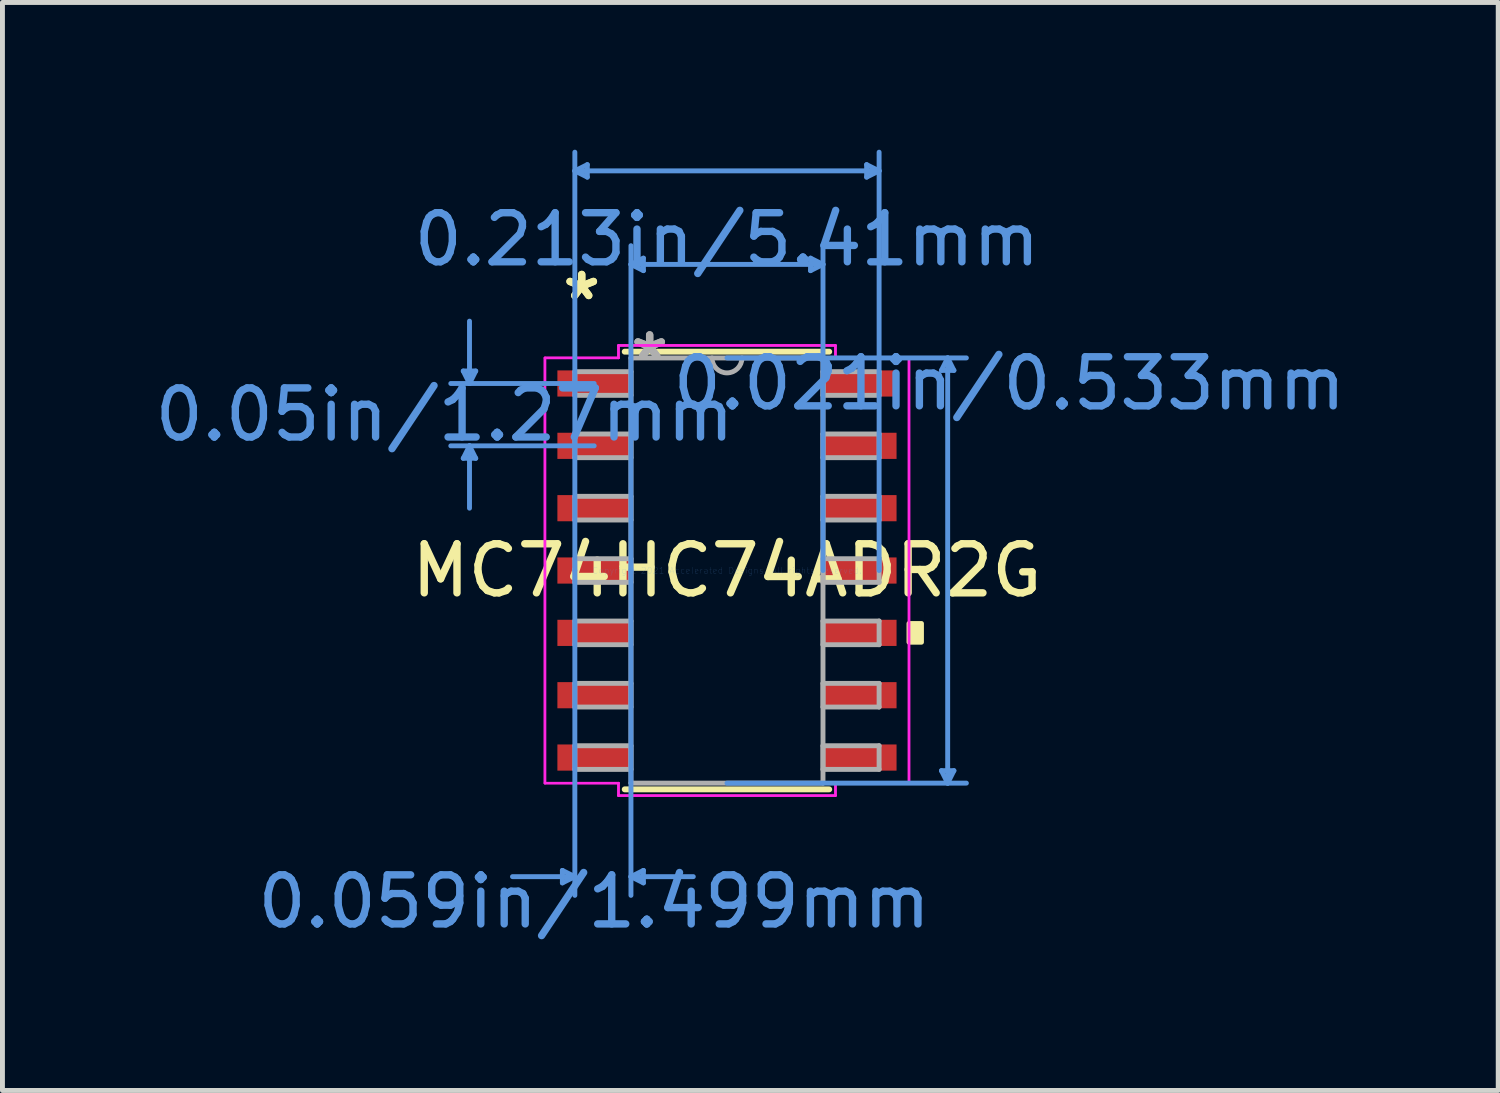
<source format=kicad_pcb>
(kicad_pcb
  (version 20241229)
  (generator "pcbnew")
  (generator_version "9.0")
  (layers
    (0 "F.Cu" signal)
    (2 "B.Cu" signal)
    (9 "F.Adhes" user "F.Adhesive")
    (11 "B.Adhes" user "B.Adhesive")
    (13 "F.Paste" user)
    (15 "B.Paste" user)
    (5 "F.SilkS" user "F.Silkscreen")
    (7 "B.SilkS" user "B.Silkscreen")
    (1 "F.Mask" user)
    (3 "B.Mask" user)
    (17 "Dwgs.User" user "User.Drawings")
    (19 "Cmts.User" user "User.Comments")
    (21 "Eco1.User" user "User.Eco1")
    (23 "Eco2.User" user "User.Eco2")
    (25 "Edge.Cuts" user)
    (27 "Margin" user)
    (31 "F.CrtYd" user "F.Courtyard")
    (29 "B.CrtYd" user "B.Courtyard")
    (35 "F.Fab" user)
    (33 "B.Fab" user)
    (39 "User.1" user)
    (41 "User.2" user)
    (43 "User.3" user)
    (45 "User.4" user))
  (footprint "MC74HC74ADR2G"
    (layer "F.Cu")
    (at 11.759 8.572)
    (property "Reference" "MC74HC74ADR2G" (at 0 0 0) (layer "F.SilkS") (effects (font (size 1 1) (thickness 0.15))))
    (attr through_hole)
    (fp_line (start -2.083 4.458) (end 2.083 4.458) (stroke (width 0.12) (type solid)) (layer "F.SilkS"))
    (fp_line (start 2.083 -4.458) (end -2.083 -4.458) (stroke (width 0.12) (type solid)) (layer "F.SilkS"))
    (fp_poly (pts (xy 3.962 1.079) (xy 3.962 1.46) (xy 3.708 1.46) (xy 3.708 1.079)) (stroke (width 0.1) (type solid)) (fill yes) (layer "F.SilkS"))
    (fp_line (start -5.372 -4.064) (end -5.118 -4.064) (stroke (width 0.1) (type solid)) (layer "Cmts.User"))
    (fp_line (start -5.372 -2.286) (end -5.118 -2.286) (stroke (width 0.1) (type solid)) (layer "Cmts.User"))
    (fp_line (start -5.245 -3.81) (end -5.372 -4.064) (stroke (width 0.1) (type solid)) (layer "Cmts.User"))
    (fp_line (start -5.245 -3.81) (end -5.245 -5.08) (stroke (width 0.1) (type solid)) (layer "Cmts.User"))
    (fp_line (start -5.245 -3.81) (end -5.118 -4.064) (stroke (width 0.1) (type solid)) (layer "Cmts.User"))
    (fp_line (start -5.245 -2.54) (end -5.372 -2.286) (stroke (width 0.1) (type solid)) (layer "Cmts.User"))
    (fp_line (start -5.245 -2.54) (end -5.245 -1.27) (stroke (width 0.1) (type solid)) (layer "Cmts.User"))
    (fp_line (start -5.245 -2.54) (end -5.118 -2.286) (stroke (width 0.1) (type solid)) (layer "Cmts.User"))
    (fp_line (start -3.353 6.109) (end -3.353 6.363) (stroke (width 0.1) (type solid)) (layer "Cmts.User"))
    (fp_line (start -3.099 -8.141) (end -2.845 -8.268) (stroke (width 0.1) (type solid)) (layer "Cmts.User"))
    (fp_line (start -3.099 -8.141) (end -2.845 -8.014) (stroke (width 0.1) (type solid)) (layer "Cmts.User"))
    (fp_line (start -3.099 -8.141) (end 3.099 -8.141) (stroke (width 0.1) (type solid)) (layer "Cmts.User"))
    (fp_line (start -3.099 0) (end -3.099 -8.522) (stroke (width 0.1) (type solid)) (layer "Cmts.User"))
    (fp_line (start -3.099 0) (end -3.099 6.617) (stroke (width 0.1) (type solid)) (layer "Cmts.User"))
    (fp_line (start -3.099 6.236) (end -4.369 6.236) (stroke (width 0.1) (type solid)) (layer "Cmts.User"))
    (fp_line (start -3.099 6.236) (end -3.353 6.109) (stroke (width 0.1) (type solid)) (layer "Cmts.User"))
    (fp_line (start -3.099 6.236) (end -3.353 6.363) (stroke (width 0.1) (type solid)) (layer "Cmts.User"))
    (fp_line (start -2.845 -8.268) (end -2.845 -8.014) (stroke (width 0.1) (type solid)) (layer "Cmts.User"))
    (fp_line (start -2.705 -3.81) (end -5.626 -3.81) (stroke (width 0.1) (type solid)) (layer "Cmts.User"))
    (fp_line (start -2.705 -2.54) (end -5.626 -2.54) (stroke (width 0.1) (type solid)) (layer "Cmts.User"))
    (fp_line (start -1.956 -6.236) (end -1.702 -6.363) (stroke (width 0.1) (type solid)) (layer "Cmts.User"))
    (fp_line (start -1.956 -6.236) (end -1.702 -6.109) (stroke (width 0.1) (type solid)) (layer "Cmts.User"))
    (fp_line (start -1.956 -6.236) (end 1.956 -6.236) (stroke (width 0.1) (type solid)) (layer "Cmts.User"))
    (fp_line (start -1.956 0) (end -1.956 -6.617) (stroke (width 0.1) (type solid)) (layer "Cmts.User"))
    (fp_line (start -1.956 0) (end -1.956 6.617) (stroke (width 0.1) (type solid)) (layer "Cmts.User"))
    (fp_line (start -1.956 6.236) (end -1.702 6.109) (stroke (width 0.1) (type solid)) (layer "Cmts.User"))
    (fp_line (start -1.956 6.236) (end -1.702 6.363) (stroke (width 0.1) (type solid)) (layer "Cmts.User"))
    (fp_line (start -1.956 6.236) (end -0.686 6.236) (stroke (width 0.1) (type solid)) (layer "Cmts.User"))
    (fp_line (start -1.702 -6.363) (end -1.702 -6.109) (stroke (width 0.1) (type solid)) (layer "Cmts.User"))
    (fp_line (start -1.702 6.109) (end -1.702 6.363) (stroke (width 0.1) (type solid)) (layer "Cmts.User"))
    (fp_line (start 0 -4.331) (end 4.877 -4.331) (stroke (width 0.1) (type solid)) (layer "Cmts.User"))
    (fp_line (start 0 4.331) (end 4.877 4.331) (stroke (width 0.1) (type solid)) (layer "Cmts.User"))
    (fp_line (start 1.702 -6.363) (end 1.702 -6.109) (stroke (width 0.1) (type solid)) (layer "Cmts.User"))
    (fp_line (start 1.956 -6.236) (end 1.702 -6.363) (stroke (width 0.1) (type solid)) (layer "Cmts.User"))
    (fp_line (start 1.956 -6.236) (end 1.702 -6.109) (stroke (width 0.1) (type solid)) (layer "Cmts.User"))
    (fp_line (start 1.956 0) (end 1.956 -6.617) (stroke (width 0.1) (type solid)) (layer "Cmts.User"))
    (fp_line (start 2.845 -8.268) (end 2.845 -8.014) (stroke (width 0.1) (type solid)) (layer "Cmts.User"))
    (fp_line (start 3.099 -8.141) (end 2.845 -8.268) (stroke (width 0.1) (type solid)) (layer "Cmts.User"))
    (fp_line (start 3.099 -8.141) (end 2.845 -8.014) (stroke (width 0.1) (type solid)) (layer "Cmts.User"))
    (fp_line (start 3.099 0) (end 3.099 -8.522) (stroke (width 0.1) (type solid)) (layer "Cmts.User"))
    (fp_line (start 4.369 -4.077) (end 4.623 -4.077) (stroke (width 0.1) (type solid)) (layer "Cmts.User"))
    (fp_line (start 4.369 4.077) (end 4.623 4.077) (stroke (width 0.1) (type solid)) (layer "Cmts.User"))
    (fp_line (start 4.496 -4.331) (end 4.369 -4.077) (stroke (width 0.1) (type solid)) (layer "Cmts.User"))
    (fp_line (start 4.496 -4.331) (end 4.496 4.331) (stroke (width 0.1) (type solid)) (layer "Cmts.User"))
    (fp_line (start 4.496 -4.331) (end 4.623 -4.077) (stroke (width 0.1) (type solid)) (layer "Cmts.User"))
    (fp_line (start 4.496 4.331) (end 4.369 4.077) (stroke (width 0.1) (type solid)) (layer "Cmts.User"))
    (fp_line (start 4.496 4.331) (end 4.623 4.077) (stroke (width 0.1) (type solid)) (layer "Cmts.User"))
    (fp_line (start -3.708 -4.331) (end -2.21 -4.331) (stroke (width 0.05) (type solid)) (layer "F.CrtYd"))
    (fp_line (start -3.708 -4.331) (end -2.21 -4.331) (stroke (width 0.05) (type solid)) (layer "F.CrtYd"))
    (fp_line (start -3.708 4.331) (end -3.708 -4.331) (stroke (width 0.05) (type solid)) (layer "F.CrtYd"))
    (fp_line (start -3.708 4.331) (end -3.708 -4.331) (stroke (width 0.05) (type solid)) (layer "F.CrtYd"))
    (fp_line (start -3.708 4.331) (end -2.21 4.331) (stroke (width 0.05) (type solid)) (layer "F.CrtYd"))
    (fp_line (start -2.21 -4.585) (end 2.21 -4.585) (stroke (width 0.05) (type solid)) (layer "F.CrtYd"))
    (fp_line (start -2.21 -4.585) (end 2.21 -4.585) (stroke (width 0.05) (type solid)) (layer "F.CrtYd"))
    (fp_line (start -2.21 -4.331) (end -2.21 -4.585) (stroke (width 0.05) (type solid)) (layer "F.CrtYd"))
    (fp_line (start -2.21 -4.331) (end -2.21 -4.585) (stroke (width 0.05) (type solid)) (layer "F.CrtYd"))
    (fp_line (start -2.21 4.331) (end -3.708 4.331) (stroke (width 0.05) (type solid)) (layer "F.CrtYd"))
    (fp_line (start -2.21 4.585) (end -2.21 4.331) (stroke (width 0.05) (type solid)) (layer "F.CrtYd"))
    (fp_line (start -2.21 4.585) (end -2.21 4.331) (stroke (width 0.05) (type solid)) (layer "F.CrtYd"))
    (fp_line (start 2.21 -4.585) (end 2.21 -4.331) (stroke (width 0.05) (type solid)) (layer "F.CrtYd"))
    (fp_line (start 2.21 -4.585) (end 2.21 -4.331) (stroke (width 0.05) (type solid)) (layer "F.CrtYd"))
    (fp_line (start 2.21 -4.331) (end 3.708 -4.331) (stroke (width 0.05) (type solid)) (layer "F.CrtYd"))
    (fp_line (start 2.21 4.331) (end 2.21 4.585) (stroke (width 0.05) (type solid)) (layer "F.CrtYd"))
    (fp_line (start 2.21 4.331) (end 2.21 4.585) (stroke (width 0.05) (type solid)) (layer "F.CrtYd"))
    (fp_line (start 2.21 4.585) (end -2.21 4.585) (stroke (width 0.05) (type solid)) (layer "F.CrtYd"))
    (fp_line (start 2.21 4.585) (end -2.21 4.585) (stroke (width 0.05) (type solid)) (layer "F.CrtYd"))
    (fp_line (start 3.708 -4.331) (end 2.21 -4.331) (stroke (width 0.05) (type solid)) (layer "F.CrtYd"))
    (fp_line (start 3.708 -4.331) (end 3.708 4.331) (stroke (width 0.05) (type solid)) (layer "F.CrtYd"))
    (fp_line (start 3.708 -4.331) (end 3.708 4.331) (stroke (width 0.05) (type solid)) (layer "F.CrtYd"))
    (fp_line (start 3.708 4.331) (end 2.21 4.331) (stroke (width 0.05) (type solid)) (layer "F.CrtYd"))
    (fp_line (start 3.708 4.331) (end 2.21 4.331) (stroke (width 0.05) (type solid)) (layer "F.CrtYd"))
    (fp_line (start -3.099 -4.051) (end -3.099 -3.569) (stroke (width 0.1) (type solid)) (layer "F.Fab"))
    (fp_line (start -3.099 -3.569) (end -1.956 -3.569) (stroke (width 0.1) (type solid)) (layer "F.Fab"))
    (fp_line (start -3.099 -2.781) (end -3.099 -2.299) (stroke (width 0.1) (type solid)) (layer "F.Fab"))
    (fp_line (start -3.099 -2.299) (end -1.956 -2.299) (stroke (width 0.1) (type solid)) (layer "F.Fab"))
    (fp_line (start -3.099 -1.511) (end -3.099 -1.029) (stroke (width 0.1) (type solid)) (layer "F.Fab"))
    (fp_line (start -3.099 -1.029) (end -1.956 -1.029) (stroke (width 0.1) (type solid)) (layer "F.Fab"))
    (fp_line (start -3.099 -0.241) (end -3.099 0.241) (stroke (width 0.1) (type solid)) (layer "F.Fab"))
    (fp_line (start -3.099 0.241) (end -1.956 0.241) (stroke (width 0.1) (type solid)) (layer "F.Fab"))
    (fp_line (start -3.099 1.029) (end -3.099 1.511) (stroke (width 0.1) (type solid)) (layer "F.Fab"))
    (fp_line (start -3.099 1.511) (end -1.956 1.511) (stroke (width 0.1) (type solid)) (layer "F.Fab"))
    (fp_line (start -3.099 2.299) (end -3.099 2.781) (stroke (width 0.1) (type solid)) (layer "F.Fab"))
    (fp_line (start -3.099 2.781) (end -1.956 2.781) (stroke (width 0.1) (type solid)) (layer "F.Fab"))
    (fp_line (start -3.099 3.569) (end -3.099 4.051) (stroke (width 0.1) (type solid)) (layer "F.Fab"))
    (fp_line (start -3.099 4.051) (end -1.956 4.051) (stroke (width 0.1) (type solid)) (layer "F.Fab"))
    (fp_line (start -1.956 -4.331) (end -1.956 4.331) (stroke (width 0.1) (type solid)) (layer "F.Fab"))
    (fp_line (start -1.956 -4.051) (end -3.099 -4.051) (stroke (width 0.1) (type solid)) (layer "F.Fab"))
    (fp_line (start -1.956 -3.569) (end -1.956 -4.051) (stroke (width 0.1) (type solid)) (layer "F.Fab"))
    (fp_line (start -1.956 -2.781) (end -3.099 -2.781) (stroke (width 0.1) (type solid)) (layer "F.Fab"))
    (fp_line (start -1.956 -2.299) (end -1.956 -2.781) (stroke (width 0.1) (type solid)) (layer "F.Fab"))
    (fp_line (start -1.956 -1.511) (end -3.099 -1.511) (stroke (width 0.1) (type solid)) (layer "F.Fab"))
    (fp_line (start -1.956 -1.029) (end -1.956 -1.511) (stroke (width 0.1) (type solid)) (layer "F.Fab"))
    (fp_line (start -1.956 -0.241) (end -3.099 -0.241) (stroke (width 0.1) (type solid)) (layer "F.Fab"))
    (fp_line (start -1.956 0.241) (end -1.956 -0.241) (stroke (width 0.1) (type solid)) (layer "F.Fab"))
    (fp_line (start -1.956 1.029) (end -3.099 1.029) (stroke (width 0.1) (type solid)) (layer "F.Fab"))
    (fp_line (start -1.956 1.511) (end -1.956 1.029) (stroke (width 0.1) (type solid)) (layer "F.Fab"))
    (fp_line (start -1.956 2.299) (end -3.099 2.299) (stroke (width 0.1) (type solid)) (layer "F.Fab"))
    (fp_line (start -1.956 2.781) (end -1.956 2.299) (stroke (width 0.1) (type solid)) (layer "F.Fab"))
    (fp_line (start -1.956 3.569) (end -3.099 3.569) (stroke (width 0.1) (type solid)) (layer "F.Fab"))
    (fp_line (start -1.956 4.051) (end -1.956 3.569) (stroke (width 0.1) (type solid)) (layer "F.Fab"))
    (fp_line (start -1.956 4.331) (end 1.956 4.331) (stroke (width 0.1) (type solid)) (layer "F.Fab"))
    (fp_line (start 1.956 -4.331) (end -1.956 -4.331) (stroke (width 0.1) (type solid)) (layer "F.Fab"))
    (fp_line (start 1.956 -4.051) (end 1.956 -3.569) (stroke (width 0.1) (type solid)) (layer "F.Fab"))
    (fp_line (start 1.956 -3.569) (end 3.099 -3.569) (stroke (width 0.1) (type solid)) (layer "F.Fab"))
    (fp_line (start 1.956 -2.781) (end 1.956 -2.299) (stroke (width 0.1) (type solid)) (layer "F.Fab"))
    (fp_line (start 1.956 -2.299) (end 3.099 -2.299) (stroke (width 0.1) (type solid)) (layer "F.Fab"))
    (fp_line (start 1.956 -1.511) (end 1.956 -1.029) (stroke (width 0.1) (type solid)) (layer "F.Fab"))
    (fp_line (start 1.956 -1.029) (end 3.099 -1.029) (stroke (width 0.1) (type solid)) (layer "F.Fab"))
    (fp_line (start 1.956 -0.241) (end 1.956 0.241) (stroke (width 0.1) (type solid)) (layer "F.Fab"))
    (fp_line (start 1.956 0.241) (end 3.099 0.241) (stroke (width 0.1) (type solid)) (layer "F.Fab"))
    (fp_line (start 1.956 1.029) (end 1.956 1.511) (stroke (width 0.1) (type solid)) (layer "F.Fab"))
    (fp_line (start 1.956 1.511) (end 3.099 1.511) (stroke (width 0.1) (type solid)) (layer "F.Fab"))
    (fp_line (start 1.956 2.299) (end 1.956 2.781) (stroke (width 0.1) (type solid)) (layer "F.Fab"))
    (fp_line (start 1.956 2.781) (end 3.099 2.781) (stroke (width 0.1) (type solid)) (layer "F.Fab"))
    (fp_line (start 1.956 3.569) (end 1.956 4.051) (stroke (width 0.1) (type solid)) (layer "F.Fab"))
    (fp_line (start 1.956 4.051) (end 3.099 4.051) (stroke (width 0.1) (type solid)) (layer "F.Fab"))
    (fp_line (start 1.956 4.331) (end 1.956 -4.331) (stroke (width 0.1) (type solid)) (layer "F.Fab"))
    (fp_line (start 3.099 -4.051) (end 1.956 -4.051) (stroke (width 0.1) (type solid)) (layer "F.Fab"))
    (fp_line (start 3.099 -3.569) (end 3.099 -4.051) (stroke (width 0.1) (type solid)) (layer "F.Fab"))
    (fp_line (start 3.099 -2.781) (end 1.956 -2.781) (stroke (width 0.1) (type solid)) (layer "F.Fab"))
    (fp_line (start 3.099 -2.299) (end 3.099 -2.781) (stroke (width 0.1) (type solid)) (layer "F.Fab"))
    (fp_line (start 3.099 -1.511) (end 1.956 -1.511) (stroke (width 0.1) (type solid)) (layer "F.Fab"))
    (fp_line (start 3.099 -1.029) (end 3.099 -1.511) (stroke (width 0.1) (type solid)) (layer "F.Fab"))
    (fp_line (start 3.099 -0.241) (end 1.956 -0.241) (stroke (width 0.1) (type solid)) (layer "F.Fab"))
    (fp_line (start 3.099 0.241) (end 3.099 -0.241) (stroke (width 0.1) (type solid)) (layer "F.Fab"))
    (fp_line (start 3.099 1.029) (end 1.956 1.029) (stroke (width 0.1) (type solid)) (layer "F.Fab"))
    (fp_line (start 3.099 1.511) (end 3.099 1.029) (stroke (width 0.1) (type solid)) (layer "F.Fab"))
    (fp_line (start 3.099 2.299) (end 1.956 2.299) (stroke (width 0.1) (type solid)) (layer "F.Fab"))
    (fp_line (start 3.099 2.781) (end 3.099 2.299) (stroke (width 0.1) (type solid)) (layer "F.Fab"))
    (fp_line (start 3.099 3.569) (end 1.956 3.569) (stroke (width 0.1) (type solid)) (layer "F.Fab"))
    (fp_line (start 3.099 4.051) (end 3.099 3.569) (stroke (width 0.1) (type solid)) (layer "F.Fab"))
    (fp_arc (start 0.3048 -4.3307) (mid 0 -4.0259) (end -0.3048 -4.3307) (stroke (width 0.1) (type solid)) (layer "F.Fab"))
    (fp_text user "*" (at -2.959 -5.486 0) (layer "F.SilkS") (effects (font (size 1 1) (thickness 0.15))))
    (fp_text user "*" (at -2.959 -5.486 0) (layer "F.SilkS") (effects (font (size 1 1) (thickness 0.15))))
    (fp_text user "0.021in/0.533mm" (at 5.753 -3.81 0) (layer "Cmts.User") (effects (font (size 1 1) (thickness 0.15))))
    (fp_text user "0.059in/1.499mm" (at -2.705 6.744 0) (layer "Cmts.User") (effects (font (size 1 1) (thickness 0.15))))
    (fp_text user "0.213in/5.41mm" (at 0 -6.744 0) (layer "Cmts.User") (effects (font (size 1 1) (thickness 0.15))))
    (fp_text user "0.05in/1.27mm" (at -5.753 -3.175 0) (layer "Cmts.User") (effects (font (size 1 1) (thickness 0.15))))
    (fp_text user "Copyright 2021 Accelerated Designs. All rights reserved." (at 0 0 0) (layer "Cmts.User") (effects (font (size 0.127 0.127) (thickness 0.002))))
    (fp_text user "*" (at -1.575 -4.255 0) (layer "F.Fab") (effects (font (size 1 1) (thickness 0.15))))
    (fp_text user "*" (at -1.575 -4.255 0) (layer "F.Fab") (effects (font (size 1 1) (thickness 0.15))))
    (pad "1" smd rect (at -2.705 -3.81) (size 1.499 0.533) (layers "F.Cu" "F.Mask" "F.Paste"))
    (pad "2" smd rect (at -2.705 -2.54) (size 1.499 0.533) (layers "F.Cu" "F.Mask" "F.Paste"))
    (pad "3" smd rect (at -2.705 -1.27) (size 1.499 0.533) (layers "F.Cu" "F.Mask" "F.Paste"))
    (pad "4" smd rect (at -2.705 0) (size 1.499 0.533) (layers "F.Cu" "F.Mask" "F.Paste"))
    (pad "5" smd rect (at -2.705 1.27) (size 1.499 0.533) (layers "F.Cu" "F.Mask" "F.Paste"))
    (pad "6" smd rect (at -2.705 2.54) (size 1.499 0.533) (layers "F.Cu" "F.Mask" "F.Paste"))
    (pad "7" smd rect (at -2.705 3.81) (size 1.499 0.533) (layers "F.Cu" "F.Mask" "F.Paste"))
    (pad "8" smd rect (at 2.705 3.81) (size 1.499 0.533) (layers "F.Cu" "F.Mask" "F.Paste"))
    (pad "9" smd rect (at 2.705 2.54) (size 1.499 0.533) (layers "F.Cu" "F.Mask" "F.Paste"))
    (pad "10" smd rect (at 2.705 1.27) (size 1.499 0.533) (layers "F.Cu" "F.Mask" "F.Paste"))
    (pad "11" smd rect (at 2.705 0) (size 1.499 0.533) (layers "F.Cu" "F.Mask" "F.Paste"))
    (pad "12" smd rect (at 2.705 -1.27) (size 1.499 0.533) (layers "F.Cu" "F.Mask" "F.Paste"))
    (pad "13" smd rect (at 2.705 -2.54) (size 1.499 0.533) (layers "F.Cu" "F.Mask" "F.Paste"))
    (pad "14" smd rect (at 2.705 -3.81) (size 1.499 0.533) (layers "F.Cu" "F.Mask" "F.Paste")))
  (gr_rect
    (start -3 -3)
    (end 27.47 19.164)
    (stroke (width 0.1) (type default))
    (fill no)
    (layer "Edge.Cuts")))
</source>
